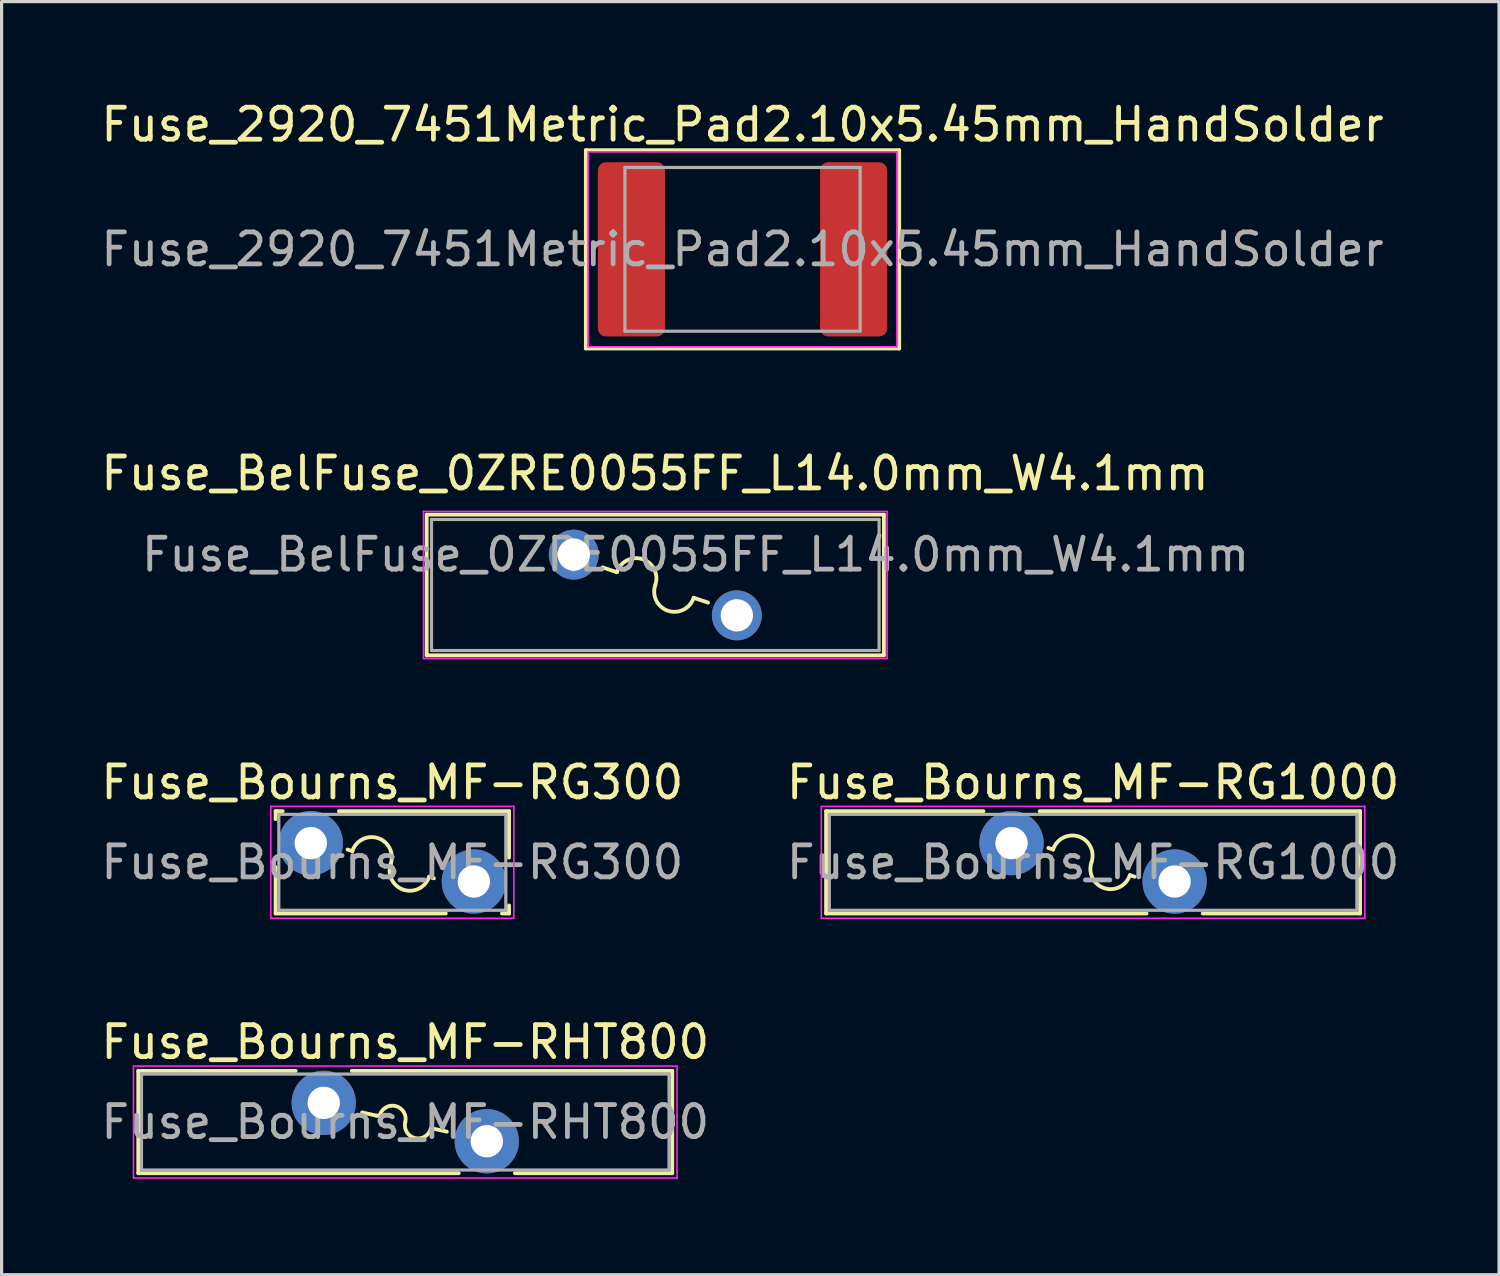
<source format=kicad_pcb>
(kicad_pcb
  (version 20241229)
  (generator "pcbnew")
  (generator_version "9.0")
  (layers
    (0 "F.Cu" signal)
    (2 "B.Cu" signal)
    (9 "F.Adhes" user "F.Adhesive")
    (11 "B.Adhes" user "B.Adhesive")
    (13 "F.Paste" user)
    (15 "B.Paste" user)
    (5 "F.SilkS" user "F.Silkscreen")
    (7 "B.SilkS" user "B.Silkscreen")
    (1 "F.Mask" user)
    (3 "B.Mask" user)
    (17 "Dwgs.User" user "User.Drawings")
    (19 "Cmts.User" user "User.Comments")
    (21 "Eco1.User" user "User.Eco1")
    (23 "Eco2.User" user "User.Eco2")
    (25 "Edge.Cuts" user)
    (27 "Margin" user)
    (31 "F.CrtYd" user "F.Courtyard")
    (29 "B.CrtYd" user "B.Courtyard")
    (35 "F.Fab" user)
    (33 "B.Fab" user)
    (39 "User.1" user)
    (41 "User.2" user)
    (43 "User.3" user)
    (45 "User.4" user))
  (footprint "Fuse_2920_7451Metric_Pad2.10x5.45mm_HandSolder"
    (layer "F.Cu")
    (at 20.173 4.748)
    (property "Reference" "Fuse_2920_7451Metric_Pad2.10x5.45mm_HandSolder" (at 0 -3.9 0) (layer "F.SilkS") (effects (font (size 1 1) (thickness 0.15))))
    (attr smd)
    (fp_line (start -4.9 -3.1) (end -4.9 3.1) (stroke (width 0.12) (type solid)) (layer "F.SilkS"))
    (fp_line (start -4.9 3.1) (end 4.9 3.1) (stroke (width 0.12) (type solid)) (layer "F.SilkS"))
    (fp_line (start 4.9 -3.1) (end -4.9 -3.1) (stroke (width 0.12) (type solid)) (layer "F.SilkS"))
    (fp_line (start 4.9 3.1) (end 4.9 -3.1) (stroke (width 0.12) (type solid)) (layer "F.SilkS"))
    (fp_line (start -4.826 -3.048) (end 4.826 -3.048) (stroke (width 0.05) (type solid)) (layer "F.CrtYd"))
    (fp_line (start -4.826 3.048) (end -4.826 -3.048) (stroke (width 0.05) (type solid)) (layer "F.CrtYd"))
    (fp_line (start 4.826 -3.048) (end 4.826 3.048) (stroke (width 0.05) (type solid)) (layer "F.CrtYd"))
    (fp_line (start 4.826 3.048) (end -4.826 3.048) (stroke (width 0.05) (type solid)) (layer "F.CrtYd"))
    (fp_line (start -3.678 -2.56) (end 3.678 -2.56) (stroke (width 0.1) (type solid)) (layer "F.Fab"))
    (fp_line (start -3.678 2.56) (end -3.678 -2.56) (stroke (width 0.1) (type solid)) (layer "F.Fab"))
    (fp_line (start 3.678 -2.56) (end 3.678 2.56) (stroke (width 0.1) (type solid)) (layer "F.Fab"))
    (fp_line (start 3.678 2.56) (end -3.678 2.56) (stroke (width 0.1) (type solid)) (layer "F.Fab"))
    (fp_text user "${REFERENCE}" (at 0 0 0) (layer "F.Fab") (effects (font (size 1 1) (thickness 0.15))))
    (pad "1" smd roundrect (at -3.475 0) (size 2.1 5.45) (layers "F.Cu" "F.Mask" "F.Paste") (roundrect_rratio 0.119))
    (pad "2" smd roundrect (at 3.475 0) (size 2.1 5.45) (layers "F.Cu" "F.Mask" "F.Paste") (roundrect_rratio 0.119)))
  (footprint "Fuse_Bourns_MF-RG300"
    (layer "F.Cu")
    (at 6.67 23.32)
    (property "Reference" "Fuse_Bourns_MF-RG300" (at 2.55 -1.9 0) (layer "F.SilkS") (effects (font (size 1 1) (thickness 0.15))))
    (fp_line (start -1.1 -1) (end -1.1 -0.75) (stroke (width 0.12) (type solid)) (layer "F.SilkS"))
    (fp_line (start -1.1 -1) (end -0.879 -1) (stroke (width 0.12) (type solid)) (layer "F.SilkS"))
    (fp_line (start -1.1 0.75) (end -1.1 2.2) (stroke (width 0.12) (type solid)) (layer "F.SilkS"))
    (fp_line (start -1.1 2.2) (end 4.222 2.2) (stroke (width 0.12) (type solid)) (layer "F.SilkS"))
    (fp_line (start 0.879 -1) (end 6.2 -1) (stroke (width 0.12) (type solid)) (layer "F.SilkS"))
    (fp_line (start 1.15 0.2) (end 1.3 0.25) (stroke (width 0.12) (type solid)) (layer "F.SilkS"))
    (fp_line (start 3.7 1.05) (end 3.85 1.1) (stroke (width 0.12) (type solid)) (layer "F.SilkS"))
    (fp_line (start 5.979 2.2) (end 6.2 2.2) (stroke (width 0.12) (type solid)) (layer "F.SilkS"))
    (fp_line (start 6.2 -1) (end 6.2 0.451) (stroke (width 0.12) (type solid)) (layer "F.SilkS"))
    (fp_line (start 6.2 1.95) (end 6.2 2.2) (stroke (width 0.12) (type solid)) (layer "F.SilkS"))
    (fp_arc (start 1.300003 0.250002) (mid 2.100001 -0.149998) (end 2.500001 0.65) (stroke (width 0.12) (type solid)) (layer "F.SilkS"))
    (fp_arc (start 3.699999 1.049998) (mid 2.900001 1.449998) (end 2.500001 0.65) (stroke (width 0.12) (type solid)) (layer "F.SilkS"))
    (fp_line (start -1.25 -1.15) (end -1.25 2.35) (stroke (width 0.05) (type solid)) (layer "F.CrtYd"))
    (fp_line (start -1.25 2.35) (end 6.35 2.35) (stroke (width 0.05) (type solid)) (layer "F.CrtYd"))
    (fp_line (start 6.35 -1.15) (end -1.25 -1.15) (stroke (width 0.05) (type solid)) (layer "F.CrtYd"))
    (fp_line (start 6.35 2.35) (end 6.35 -1.15) (stroke (width 0.05) (type solid)) (layer "F.CrtYd"))
    (fp_line (start -1 -0.9) (end -1 2.1) (stroke (width 0.1) (type solid)) (layer "F.Fab"))
    (fp_line (start -1 2.1) (end 6.1 2.1) (stroke (width 0.1) (type solid)) (layer "F.Fab"))
    (fp_line (start 6.1 -0.9) (end -1 -0.9) (stroke (width 0.1) (type solid)) (layer "F.Fab"))
    (fp_line (start 6.1 2.1) (end 6.1 -0.9) (stroke (width 0.1) (type solid)) (layer "F.Fab"))
    (fp_text user "${REFERENCE}" (at 2.55 0.6 0) (layer "F.Fab") (effects (font (size 1 1) (thickness 0.15))))
    (pad "1" thru_hole circle (at 0 0) (size 2.01 2.01) (drill 1.01) (layers "*.Cu" "*.Mask"))
    (pad "2" thru_hole circle (at 5.1 1.2) (size 2.01 2.01) (drill 1.01) (layers "*.Cu" "*.Mask")))
  (footprint "Fuse_Bourns_MF-RHT800"
    (layer "F.Cu")
    (at 7.075 31.443)
    (property "Reference" "Fuse_Bourns_MF-RHT800" (at 2.55 -1.9 0) (layer "F.SilkS") (effects (font (size 1 1) (thickness 0.15))))
    (fp_line (start -5.8 -1) (end -5.8 2.2) (stroke (width 0.12) (type solid)) (layer "F.SilkS"))
    (fp_line (start -5.8 -1) (end -0.879 -1) (stroke (width 0.12) (type solid)) (layer "F.SilkS"))
    (fp_line (start -5.8 2.2) (end 4.222 2.2) (stroke (width 0.12) (type solid)) (layer "F.SilkS"))
    (fp_line (start 0.879 -1) (end 10.9 -1) (stroke (width 0.12) (type solid)) (layer "F.SilkS"))
    (fp_line (start 1.2 0.3) (end 1.65 0.4) (stroke (width 0.12) (type solid)) (layer "F.SilkS"))
    (fp_line (start 1.75 0.4) (end 1.65 0.4) (stroke (width 0.12) (type solid)) (layer "F.SilkS"))
    (fp_line (start 3.35 0.8) (end 3.4 0.8) (stroke (width 0.12) (type solid)) (layer "F.SilkS"))
    (fp_line (start 3.4 0.8) (end 3.85 0.9) (stroke (width 0.12) (type solid)) (layer "F.SilkS"))
    (fp_line (start 5.979 2.2) (end 10.9 2.2) (stroke (width 0.12) (type solid)) (layer "F.SilkS"))
    (fp_line (start 10.9 -1) (end 10.9 2.2) (stroke (width 0.12) (type solid)) (layer "F.SilkS"))
    (fp_arc (start 1.750001 0.400001) (mid 2.249999 0.100001) (end 2.549999 0.599999) (stroke (width 0.12) (type solid)) (layer "F.SilkS"))
    (fp_arc (start 3.349999 0.799999) (mid 2.850001 1.099999) (end 2.550001 0.600001) (stroke (width 0.12) (type solid)) (layer "F.SilkS"))
    (fp_line (start -5.95 -1.15) (end -5.95 2.35) (stroke (width 0.05) (type solid)) (layer "F.CrtYd"))
    (fp_line (start -5.95 2.35) (end 11.05 2.35) (stroke (width 0.05) (type solid)) (layer "F.CrtYd"))
    (fp_line (start 11.05 -1.15) (end -5.95 -1.15) (stroke (width 0.05) (type solid)) (layer "F.CrtYd"))
    (fp_line (start 11.05 2.35) (end 11.05 -1.15) (stroke (width 0.05) (type solid)) (layer "F.CrtYd"))
    (fp_line (start -5.7 -0.9) (end -5.7 2.1) (stroke (width 0.1) (type solid)) (layer "F.Fab"))
    (fp_line (start -5.7 2.1) (end 10.8 2.1) (stroke (width 0.1) (type solid)) (layer "F.Fab"))
    (fp_line (start 10.8 -0.9) (end -5.7 -0.9) (stroke (width 0.1) (type solid)) (layer "F.Fab"))
    (fp_line (start 10.8 2.1) (end 10.8 -0.9) (stroke (width 0.1) (type solid)) (layer "F.Fab"))
    (fp_text user "${REFERENCE}" (at 2.55 0.6 0) (layer "F.Fab") (effects (font (size 1 1) (thickness 0.15))))
    (pad "1" thru_hole circle (at 0 0) (size 2.01 2.01) (drill 1.01) (layers "*.Cu" "*.Mask"))
    (pad "2" thru_hole circle (at 5.1 1.2) (size 2.01 2.01) (drill 1.01) (layers "*.Cu" "*.Mask")))
  (footprint "Fuse_Bourns_MF-RG1000"
    (layer "F.Cu")
    (at 28.587 23.32)
    (property "Reference" "Fuse_Bourns_MF-RG1000" (at 2.55 -1.9 0) (layer "F.SilkS") (effects (font (size 1 1) (thickness 0.15))))
    (fp_line (start -5.8 -1) (end -5.8 2.2) (stroke (width 0.12) (type solid)) (layer "F.SilkS"))
    (fp_line (start -5.8 -1) (end -0.879 -1) (stroke (width 0.12) (type solid)) (layer "F.SilkS"))
    (fp_line (start -5.8 2.2) (end 4.222 2.2) (stroke (width 0.12) (type solid)) (layer "F.SilkS"))
    (fp_line (start 0.879 -1) (end 10.9 -1) (stroke (width 0.12) (type solid)) (layer "F.SilkS"))
    (fp_line (start 1.15 0.15) (end 1.3 0.2) (stroke (width 0.12) (type solid)) (layer "F.SilkS"))
    (fp_line (start 3.7 1) (end 3.85 1.05) (stroke (width 0.12) (type solid)) (layer "F.SilkS"))
    (fp_line (start 5.979 2.2) (end 10.9 2.2) (stroke (width 0.12) (type solid)) (layer "F.SilkS"))
    (fp_line (start 10.9 -1) (end 10.9 2.2) (stroke (width 0.12) (type solid)) (layer "F.SilkS"))
    (fp_arc (start 1.300003 0.200002) (mid 2.100001 -0.199998) (end 2.500001 0.6) (stroke (width 0.12) (type solid)) (layer "F.SilkS"))
    (fp_arc (start 3.699999 0.999998) (mid 2.900001 1.399998) (end 2.500001 0.6) (stroke (width 0.12) (type solid)) (layer "F.SilkS"))
    (fp_line (start -5.95 -1.15) (end -5.95 2.35) (stroke (width 0.05) (type solid)) (layer "F.CrtYd"))
    (fp_line (start -5.95 2.35) (end 11.05 2.35) (stroke (width 0.05) (type solid)) (layer "F.CrtYd"))
    (fp_line (start 11.05 -1.15) (end -5.95 -1.15) (stroke (width 0.05) (type solid)) (layer "F.CrtYd"))
    (fp_line (start 11.05 2.35) (end 11.05 -1.15) (stroke (width 0.05) (type solid)) (layer "F.CrtYd"))
    (fp_line (start -5.7 -0.9) (end -5.7 2.1) (stroke (width 0.1) (type solid)) (layer "F.Fab"))
    (fp_line (start -5.7 2.1) (end 10.8 2.1) (stroke (width 0.1) (type solid)) (layer "F.Fab"))
    (fp_line (start 10.8 -0.9) (end -5.7 -0.9) (stroke (width 0.1) (type solid)) (layer "F.Fab"))
    (fp_line (start 10.8 2.1) (end 10.8 -0.9) (stroke (width 0.1) (type solid)) (layer "F.Fab"))
    (fp_text user "${REFERENCE}" (at 2.55 0.6 0) (layer "F.Fab") (effects (font (size 1 1) (thickness 0.15))))
    (pad "1" thru_hole circle (at 0 0) (size 2.01 2.01) (drill 1.01) (layers "*.Cu" "*.Mask"))
    (pad "2" thru_hole circle (at 5.1 1.2) (size 2.01 2.01) (drill 1.01) (layers "*.Cu" "*.Mask")))
  (footprint "Fuse_BelFuse_0ZRE0055FF_L14.0mm_W4.1mm"
    (layer "F.Cu")
    (at 14.895 14.296)
    (property "Reference" "Fuse_BelFuse_0ZRE0055FF_L14.0mm_W4.1mm" (at 2.54 -2.54 0) (layer "F.SilkS") (effects (font (size 1 1) (thickness 0.15))))
    (fp_line (start -4.6 -1.25) (end -4.6 3.15) (stroke (width 0.12) (type solid)) (layer "F.SilkS"))
    (fp_line (start -4.6 -1.25) (end 9.7 -1.25) (stroke (width 0.12) (type solid)) (layer "F.SilkS"))
    (fp_line (start -4.6 3.15) (end 9.7 3.15) (stroke (width 0.12) (type solid)) (layer "F.SilkS"))
    (fp_line (start 0.9 0.4) (end 1.35 0.55) (stroke (width 0.12) (type solid)) (layer "F.SilkS"))
    (fp_line (start 3.75 1.35) (end 4.2 1.5) (stroke (width 0.12) (type solid)) (layer "F.SilkS"))
    (fp_line (start 9.7 -1.25) (end 9.7 3.15) (stroke (width 0.12) (type solid)) (layer "F.SilkS"))
    (fp_arc (start 1.350003 0.550002) (mid 2.150001 0.150002) (end 2.550001 0.95) (stroke (width 0.12) (type solid)) (layer "F.SilkS"))
    (fp_arc (start 3.749999 1.349998) (mid 2.950001 1.749998) (end 2.550001 0.95) (stroke (width 0.12) (type solid)) (layer "F.SilkS"))
    (fp_line (start -4.7 -1.35) (end -4.7 3.25) (stroke (width 0.05) (type solid)) (layer "F.CrtYd"))
    (fp_line (start -4.7 -1.35) (end 9.8 -1.35) (stroke (width 0.05) (type solid)) (layer "F.CrtYd"))
    (fp_line (start -4.7 3.25) (end 9.8 3.25) (stroke (width 0.05) (type solid)) (layer "F.CrtYd"))
    (fp_line (start 9.8 -1.35) (end 9.8 3.25) (stroke (width 0.05) (type solid)) (layer "F.CrtYd"))
    (fp_line (start -4.45 -1.1) (end -4.45 3) (stroke (width 0.1) (type solid)) (layer "F.Fab"))
    (fp_line (start -4.45 -1.1) (end 9.55 -1.1) (stroke (width 0.1) (type solid)) (layer "F.Fab"))
    (fp_line (start -4.45 3) (end 9.55 3) (stroke (width 0.1) (type solid)) (layer "F.Fab"))
    (fp_line (start 9.55 -1.1) (end 9.55 3) (stroke (width 0.1) (type solid)) (layer "F.Fab"))
    (fp_text user "${REFERENCE}" (at 3.81 0 0) (layer "F.Fab") (effects (font (size 1 1) (thickness 0.15))))
    (pad "1" thru_hole circle (at 0 0) (size 1.56 1.56) (drill 1.01) (layers "*.Cu" "*.Mask"))
    (pad "2" thru_hole circle (at 5.1 1.9) (size 1.56 1.56) (drill 1.01) (layers "*.Cu" "*.Mask")))
  (gr_rect
    (start -3 -3)
    (end 43.833 36.818)
    (stroke (width 0.1) (type default))
    (fill no)
    (layer "Edge.Cuts")))
</source>
